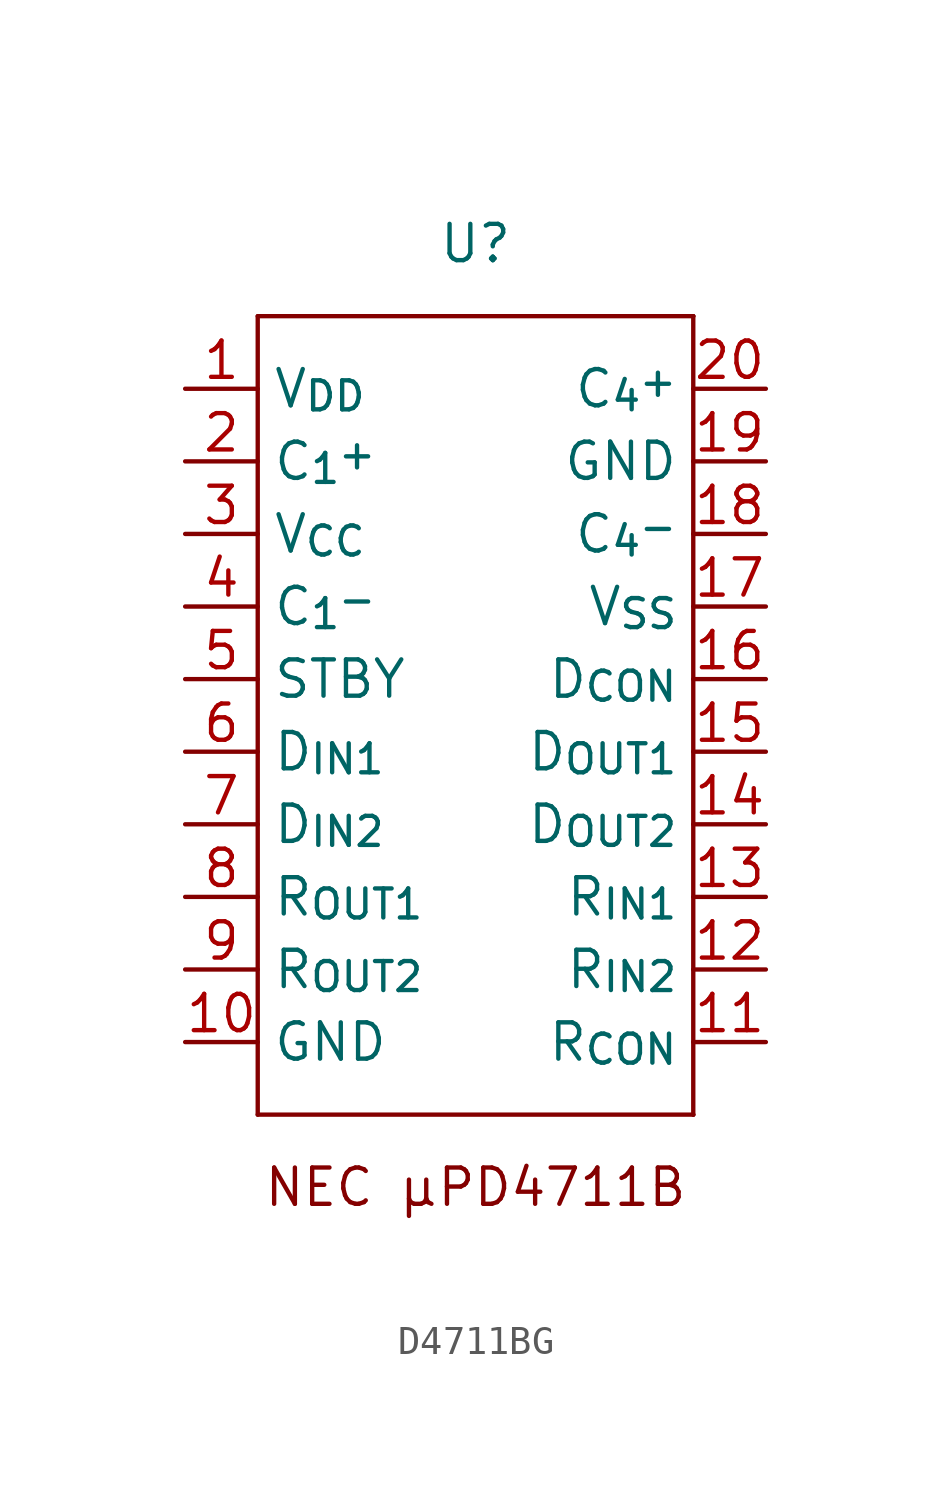
<source format=kicad_sym>
(kicad_symbol_lib
  (version 20220914)
  (generator kicad_symbol_editor)
  (symbol "D4711BG"
    (property "Reference" "U"
      (at 0 15.24 0)
      (effects (font (size 1.27 1.27))))
    (property "Value" ""
      (at 0 12.7 0)
      (effects (font (size 1.27 1.27))))
    (symbol "D4711BG_0_1"
      (rectangle (start -7.62 -15.24) (end 7.62 -15.24) (stroke (width 0) (type default)) (fill (type none)))
      (rectangle (start -7.62 12.7) (end -7.62 -15.24) (stroke (width 0) (type default)) (fill (type none)))
      (rectangle (start -7.62 12.7) (end 7.62 12.7) (stroke (width 0) (type default)) (fill (type none)))
      (rectangle (start 7.62 -15.24) (end 7.62 -15.24) (stroke (width 0) (type default)) (fill (type none)))
      (rectangle (start 7.62 12.7) (end 7.62 -15.24) (stroke (width 0) (type default)) (fill (type none)))
      (rectangle (start 7.62 12.7) (end 7.62 12.7) (stroke (width 0) (type default)) (fill (type none))))
    (symbol "D4711BG_1_1"
      (text "NEC μPD4711B" (at 0 -17.78 0) (effects (font (size 1.27 1.27))))
      (pin power_out line (at -10.16 10.16 0) (length 2.54) (name "V_{DD}" (effects (font (size 1.27 1.27)))) (number "1" (effects (font (size 1.27 1.27)))))
      (pin power_in line (at -10.16 -12.7 0) (length 2.54) (name "GND" (effects (font (size 1.27 1.27)))) (number "10" (effects (font (size 1.27 1.27)))))
      (pin input line (at 10.16 -12.7 180) (length 2.54) (name "R_{CON}" (effects (font (size 1.27 1.27)))) (number "11" (effects (font (size 1.27 1.27)))))
      (pin input line (at 10.16 -10.16 180) (length 2.54) (name "R_{IN2}" (effects (font (size 1.27 1.27)))) (number "12" (effects (font (size 1.27 1.27)))))
      (pin input line (at 10.16 -7.62 180) (length 2.54) (name "R_{IN1}" (effects (font (size 1.27 1.27)))) (number "13" (effects (font (size 1.27 1.27)))))
      (pin output line (at 10.16 -5.08 180) (length 2.54) (name "D_{OUT2}" (effects (font (size 1.27 1.27)))) (number "14" (effects (font (size 1.27 1.27)))))
      (pin output line (at 10.16 -2.54 180) (length 2.54) (name "D_{OUT1}" (effects (font (size 1.27 1.27)))) (number "15" (effects (font (size 1.27 1.27)))))
      (pin input line (at 10.16 0 180) (length 2.54) (name "D_{CON}" (effects (font (size 1.27 1.27)))) (number "16" (effects (font (size 1.27 1.27)))))
      (pin power_out line (at 10.16 2.54 180) (length 2.54) (name "V_{SS}" (effects (font (size 1.27 1.27)))) (number "17" (effects (font (size 1.27 1.27)))))
      (pin input line (at 10.16 5.08 180) (length 2.54) (name "C_{4}^{-}" (effects (font (size 1.27 1.27)))) (number "18" (effects (font (size 1.27 1.27)))))
      (pin power_in line (at 10.16 7.62 180) (length 2.54) (name "GND" (effects (font (size 1.27 1.27)))) (number "19" (effects (font (size 1.27 1.27)))))
      (pin input line (at -10.16 7.62 0) (length 2.54) (name "C_{1}^{+}" (effects (font (size 1.27 1.27)))) (number "2" (effects (font (size 1.27 1.27)))))
      (pin input line (at 10.16 10.16 180) (length 2.54) (name "C_{4}^{+}" (effects (font (size 1.27 1.27)))) (number "20" (effects (font (size 1.27 1.27)))))
      (pin power_in line (at -10.16 5.08 0) (length 2.54) (name "V_{CC}" (effects (font (size 1.27 1.27)))) (number "3" (effects (font (size 1.27 1.27)))))
      (pin input line (at -10.16 2.54 0) (length 2.54) (name "C_{1}^{-}" (effects (font (size 1.27 1.27)))) (number "4" (effects (font (size 1.27 1.27)))))
      (pin input line (at -10.16 0 0) (length 2.54) (name "STBY" (effects (font (size 1.27 1.27)))) (number "5" (effects (font (size 1.27 1.27)))))
      (pin input line (at -10.16 -2.54 0) (length 2.54) (name "D_{IN1}" (effects (font (size 1.27 1.27)))) (number "6" (effects (font (size 1.27 1.27)))))
      (pin input line (at -10.16 -5.08 0) (length 2.54) (name "D_{IN2}" (effects (font (size 1.27 1.27)))) (number "7" (effects (font (size 1.27 1.27)))))
      (pin output line (at -10.16 -7.62 0) (length 2.54) (name "R_{OUT1}" (effects (font (size 1.27 1.27)))) (number "8" (effects (font (size 1.27 1.27)))))
      (pin output line (at -10.16 -10.16 0) (length 2.54) (name "R_{OUT2}" (effects (font (size 1.27 1.27)))) (number "9" (effects (font (size 1.27 1.27))))))))
</source>
